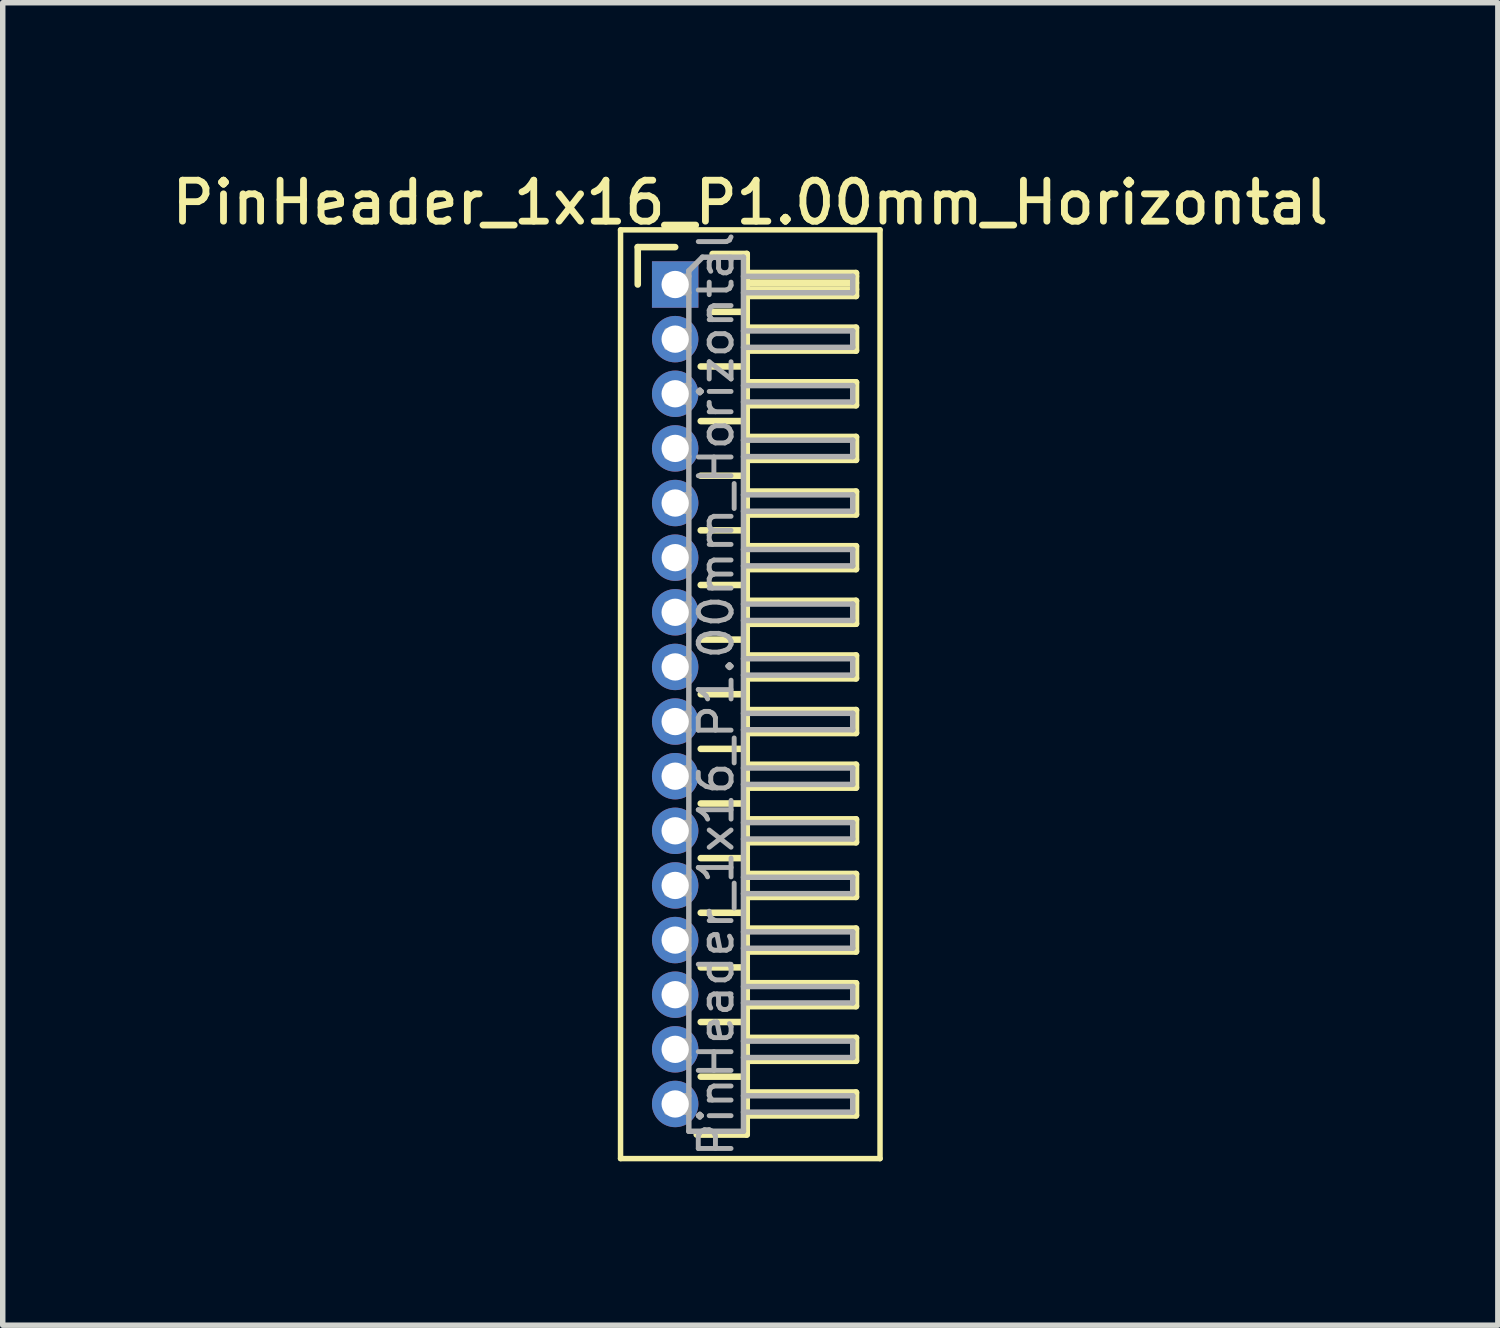
<source format=kicad_pcb>
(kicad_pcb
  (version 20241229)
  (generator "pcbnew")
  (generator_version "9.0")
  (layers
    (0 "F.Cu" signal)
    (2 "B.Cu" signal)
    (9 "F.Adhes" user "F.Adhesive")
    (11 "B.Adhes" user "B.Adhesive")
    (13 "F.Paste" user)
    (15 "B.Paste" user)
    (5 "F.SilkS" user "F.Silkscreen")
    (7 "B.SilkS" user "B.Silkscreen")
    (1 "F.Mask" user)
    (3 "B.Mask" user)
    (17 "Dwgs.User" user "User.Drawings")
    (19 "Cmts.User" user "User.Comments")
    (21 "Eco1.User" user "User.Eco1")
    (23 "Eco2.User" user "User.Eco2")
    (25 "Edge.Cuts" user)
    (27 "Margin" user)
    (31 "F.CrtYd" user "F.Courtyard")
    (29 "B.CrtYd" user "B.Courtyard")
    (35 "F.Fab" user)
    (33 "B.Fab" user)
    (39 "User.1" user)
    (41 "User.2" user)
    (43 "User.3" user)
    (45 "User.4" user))
  (footprint "PinHeader_1x16_P1.00mm_Horizontal"
    (layer "F.Cu")
    (at 9.309 2.158)
    (property "Reference" "PinHeader_1x16_P1.00mm_Horizontal" (at 1.375 -1.5 0) (layer "F.SilkS") (effects (font (size 0.75 0.75) (thickness 0.125))))
    (attr through_hole)
    (fp_line (start -1 -1) (end -1 16) (stroke (width 0.1) (type solid)) (layer "F.SilkS"))
    (fp_line (start -1 16) (end 3.75 16) (stroke (width 0.1) (type solid)) (layer "F.SilkS"))
    (fp_line (start -0.685 -0.685) (end 0 -0.685) (stroke (width 0.12) (type solid)) (layer "F.SilkS"))
    (fp_line (start -0.685 0) (end -0.685 -0.685) (stroke (width 0.12) (type solid)) (layer "F.SilkS"))
    (fp_line (start 0.468 1.5) (end 1.31 1.5) (stroke (width 0.12) (type solid)) (layer "F.SilkS"))
    (fp_line (start 0.468 2.5) (end 1.31 2.5) (stroke (width 0.12) (type solid)) (layer "F.SilkS"))
    (fp_line (start 0.468 3.5) (end 1.31 3.5) (stroke (width 0.12) (type solid)) (layer "F.SilkS"))
    (fp_line (start 0.468 4.5) (end 1.31 4.5) (stroke (width 0.12) (type solid)) (layer "F.SilkS"))
    (fp_line (start 0.468 5.5) (end 1.31 5.5) (stroke (width 0.12) (type solid)) (layer "F.SilkS"))
    (fp_line (start 0.468 6.5) (end 1.31 6.5) (stroke (width 0.12) (type solid)) (layer "F.SilkS"))
    (fp_line (start 0.468 7.5) (end 1.31 7.5) (stroke (width 0.12) (type solid)) (layer "F.SilkS"))
    (fp_line (start 0.468 8.5) (end 1.31 8.5) (stroke (width 0.12) (type solid)) (layer "F.SilkS"))
    (fp_line (start 0.468 9.5) (end 1.31 9.5) (stroke (width 0.12) (type solid)) (layer "F.SilkS"))
    (fp_line (start 0.468 10.5) (end 1.31 10.5) (stroke (width 0.12) (type solid)) (layer "F.SilkS"))
    (fp_line (start 0.468 11.5) (end 1.31 11.5) (stroke (width 0.12) (type solid)) (layer "F.SilkS"))
    (fp_line (start 0.468 12.5) (end 1.31 12.5) (stroke (width 0.12) (type solid)) (layer "F.SilkS"))
    (fp_line (start 0.468 13.5) (end 1.31 13.5) (stroke (width 0.12) (type solid)) (layer "F.SilkS"))
    (fp_line (start 0.468 14.5) (end 1.31 14.5) (stroke (width 0.12) (type solid)) (layer "F.SilkS"))
    (fp_line (start 0.685 -0.56) (end 1.31 -0.56) (stroke (width 0.12) (type solid)) (layer "F.SilkS"))
    (fp_line (start 0.685 0.5) (end 1.31 0.5) (stroke (width 0.12) (type solid)) (layer "F.SilkS"))
    (fp_line (start 1.31 -0.56) (end 1.31 15.56) (stroke (width 0.12) (type solid)) (layer "F.SilkS"))
    (fp_line (start 1.31 -0.21) (end 3.31 -0.21) (stroke (width 0.12) (type solid)) (layer "F.SilkS"))
    (fp_line (start 1.31 -0.15) (end 3.31 -0.15) (stroke (width 0.12) (type solid)) (layer "F.SilkS"))
    (fp_line (start 1.31 -0.03) (end 3.31 -0.03) (stroke (width 0.12) (type solid)) (layer "F.SilkS"))
    (fp_line (start 1.31 0.09) (end 3.31 0.09) (stroke (width 0.12) (type solid)) (layer "F.SilkS"))
    (fp_line (start 1.31 0.79) (end 3.31 0.79) (stroke (width 0.12) (type solid)) (layer "F.SilkS"))
    (fp_line (start 1.31 1.79) (end 3.31 1.79) (stroke (width 0.12) (type solid)) (layer "F.SilkS"))
    (fp_line (start 1.31 2.79) (end 3.31 2.79) (stroke (width 0.12) (type solid)) (layer "F.SilkS"))
    (fp_line (start 1.31 3.79) (end 3.31 3.79) (stroke (width 0.12) (type solid)) (layer "F.SilkS"))
    (fp_line (start 1.31 4.79) (end 3.31 4.79) (stroke (width 0.12) (type solid)) (layer "F.SilkS"))
    (fp_line (start 1.31 5.79) (end 3.31 5.79) (stroke (width 0.12) (type solid)) (layer "F.SilkS"))
    (fp_line (start 1.31 6.79) (end 3.31 6.79) (stroke (width 0.12) (type solid)) (layer "F.SilkS"))
    (fp_line (start 1.31 7.79) (end 3.31 7.79) (stroke (width 0.12) (type solid)) (layer "F.SilkS"))
    (fp_line (start 1.31 8.79) (end 3.31 8.79) (stroke (width 0.12) (type solid)) (layer "F.SilkS"))
    (fp_line (start 1.31 9.79) (end 3.31 9.79) (stroke (width 0.12) (type solid)) (layer "F.SilkS"))
    (fp_line (start 1.31 10.79) (end 3.31 10.79) (stroke (width 0.12) (type solid)) (layer "F.SilkS"))
    (fp_line (start 1.31 11.79) (end 3.31 11.79) (stroke (width 0.12) (type solid)) (layer "F.SilkS"))
    (fp_line (start 1.31 12.79) (end 3.31 12.79) (stroke (width 0.12) (type solid)) (layer "F.SilkS"))
    (fp_line (start 1.31 13.79) (end 3.31 13.79) (stroke (width 0.12) (type solid)) (layer "F.SilkS"))
    (fp_line (start 1.31 14.79) (end 3.31 14.79) (stroke (width 0.12) (type solid)) (layer "F.SilkS"))
    (fp_line (start 1.31 15.56) (end 0.394 15.56) (stroke (width 0.12) (type solid)) (layer "F.SilkS"))
    (fp_line (start 3.31 -0.21) (end 3.31 0.21) (stroke (width 0.12) (type solid)) (layer "F.SilkS"))
    (fp_line (start 3.31 0.21) (end 1.31 0.21) (stroke (width 0.12) (type solid)) (layer "F.SilkS"))
    (fp_line (start 3.31 0.79) (end 3.31 1.21) (stroke (width 0.12) (type solid)) (layer "F.SilkS"))
    (fp_line (start 3.31 1.21) (end 1.31 1.21) (stroke (width 0.12) (type solid)) (layer "F.SilkS"))
    (fp_line (start 3.31 1.79) (end 3.31 2.21) (stroke (width 0.12) (type solid)) (layer "F.SilkS"))
    (fp_line (start 3.31 2.21) (end 1.31 2.21) (stroke (width 0.12) (type solid)) (layer "F.SilkS"))
    (fp_line (start 3.31 2.79) (end 3.31 3.21) (stroke (width 0.12) (type solid)) (layer "F.SilkS"))
    (fp_line (start 3.31 3.21) (end 1.31 3.21) (stroke (width 0.12) (type solid)) (layer "F.SilkS"))
    (fp_line (start 3.31 3.79) (end 3.31 4.21) (stroke (width 0.12) (type solid)) (layer "F.SilkS"))
    (fp_line (start 3.31 4.21) (end 1.31 4.21) (stroke (width 0.12) (type solid)) (layer "F.SilkS"))
    (fp_line (start 3.31 4.79) (end 3.31 5.21) (stroke (width 0.12) (type solid)) (layer "F.SilkS"))
    (fp_line (start 3.31 5.21) (end 1.31 5.21) (stroke (width 0.12) (type solid)) (layer "F.SilkS"))
    (fp_line (start 3.31 5.79) (end 3.31 6.21) (stroke (width 0.12) (type solid)) (layer "F.SilkS"))
    (fp_line (start 3.31 6.21) (end 1.31 6.21) (stroke (width 0.12) (type solid)) (layer "F.SilkS"))
    (fp_line (start 3.31 6.79) (end 3.31 7.21) (stroke (width 0.12) (type solid)) (layer "F.SilkS"))
    (fp_line (start 3.31 7.21) (end 1.31 7.21) (stroke (width 0.12) (type solid)) (layer "F.SilkS"))
    (fp_line (start 3.31 7.79) (end 3.31 8.21) (stroke (width 0.12) (type solid)) (layer "F.SilkS"))
    (fp_line (start 3.31 8.21) (end 1.31 8.21) (stroke (width 0.12) (type solid)) (layer "F.SilkS"))
    (fp_line (start 3.31 8.79) (end 3.31 9.21) (stroke (width 0.12) (type solid)) (layer "F.SilkS"))
    (fp_line (start 3.31 9.21) (end 1.31 9.21) (stroke (width 0.12) (type solid)) (layer "F.SilkS"))
    (fp_line (start 3.31 9.79) (end 3.31 10.21) (stroke (width 0.12) (type solid)) (layer "F.SilkS"))
    (fp_line (start 3.31 10.21) (end 1.31 10.21) (stroke (width 0.12) (type solid)) (layer "F.SilkS"))
    (fp_line (start 3.31 10.79) (end 3.31 11.21) (stroke (width 0.12) (type solid)) (layer "F.SilkS"))
    (fp_line (start 3.31 11.21) (end 1.31 11.21) (stroke (width 0.12) (type solid)) (layer "F.SilkS"))
    (fp_line (start 3.31 11.79) (end 3.31 12.21) (stroke (width 0.12) (type solid)) (layer "F.SilkS"))
    (fp_line (start 3.31 12.21) (end 1.31 12.21) (stroke (width 0.12) (type solid)) (layer "F.SilkS"))
    (fp_line (start 3.31 12.79) (end 3.31 13.21) (stroke (width 0.12) (type solid)) (layer "F.SilkS"))
    (fp_line (start 3.31 13.21) (end 1.31 13.21) (stroke (width 0.12) (type solid)) (layer "F.SilkS"))
    (fp_line (start 3.31 13.79) (end 3.31 14.21) (stroke (width 0.12) (type solid)) (layer "F.SilkS"))
    (fp_line (start 3.31 14.21) (end 1.31 14.21) (stroke (width 0.12) (type solid)) (layer "F.SilkS"))
    (fp_line (start 3.31 14.79) (end 3.31 15.21) (stroke (width 0.12) (type solid)) (layer "F.SilkS"))
    (fp_line (start 3.31 15.21) (end 1.31 15.21) (stroke (width 0.12) (type solid)) (layer "F.SilkS"))
    (fp_line (start 3.75 -1) (end -1 -1) (stroke (width 0.1) (type solid)) (layer "F.SilkS"))
    (fp_line (start 3.75 16) (end 3.75 -1) (stroke (width 0.1) (type solid)) (layer "F.SilkS"))
    (fp_line (start -0.15 -0.15) (end -0.15 0.15) (stroke (width 0.1) (type solid)) (layer "F.Fab"))
    (fp_line (start -0.15 -0.15) (end 0.25 -0.15) (stroke (width 0.1) (type solid)) (layer "F.Fab"))
    (fp_line (start -0.15 0.15) (end 0.25 0.15) (stroke (width 0.1) (type solid)) (layer "F.Fab"))
    (fp_line (start -0.15 0.85) (end -0.15 1.15) (stroke (width 0.1) (type solid)) (layer "F.Fab"))
    (fp_line (start -0.15 0.85) (end 0.25 0.85) (stroke (width 0.1) (type solid)) (layer "F.Fab"))
    (fp_line (start -0.15 1.15) (end 0.25 1.15) (stroke (width 0.1) (type solid)) (layer "F.Fab"))
    (fp_line (start -0.15 1.85) (end -0.15 2.15) (stroke (width 0.1) (type solid)) (layer "F.Fab"))
    (fp_line (start -0.15 1.85) (end 0.25 1.85) (stroke (width 0.1) (type solid)) (layer "F.Fab"))
    (fp_line (start -0.15 2.15) (end 0.25 2.15) (stroke (width 0.1) (type solid)) (layer "F.Fab"))
    (fp_line (start -0.15 2.85) (end -0.15 3.15) (stroke (width 0.1) (type solid)) (layer "F.Fab"))
    (fp_line (start -0.15 2.85) (end 0.25 2.85) (stroke (width 0.1) (type solid)) (layer "F.Fab"))
    (fp_line (start -0.15 3.15) (end 0.25 3.15) (stroke (width 0.1) (type solid)) (layer "F.Fab"))
    (fp_line (start -0.15 3.85) (end -0.15 4.15) (stroke (width 0.1) (type solid)) (layer "F.Fab"))
    (fp_line (start -0.15 3.85) (end 0.25 3.85) (stroke (width 0.1) (type solid)) (layer "F.Fab"))
    (fp_line (start -0.15 4.15) (end 0.25 4.15) (stroke (width 0.1) (type solid)) (layer "F.Fab"))
    (fp_line (start -0.15 4.85) (end -0.15 5.15) (stroke (width 0.1) (type solid)) (layer "F.Fab"))
    (fp_line (start -0.15 4.85) (end 0.25 4.85) (stroke (width 0.1) (type solid)) (layer "F.Fab"))
    (fp_line (start -0.15 5.15) (end 0.25 5.15) (stroke (width 0.1) (type solid)) (layer "F.Fab"))
    (fp_line (start -0.15 5.85) (end -0.15 6.15) (stroke (width 0.1) (type solid)) (layer "F.Fab"))
    (fp_line (start -0.15 5.85) (end 0.25 5.85) (stroke (width 0.1) (type solid)) (layer "F.Fab"))
    (fp_line (start -0.15 6.15) (end 0.25 6.15) (stroke (width 0.1) (type solid)) (layer "F.Fab"))
    (fp_line (start -0.15 6.85) (end -0.15 7.15) (stroke (width 0.1) (type solid)) (layer "F.Fab"))
    (fp_line (start -0.15 6.85) (end 0.25 6.85) (stroke (width 0.1) (type solid)) (layer "F.Fab"))
    (fp_line (start -0.15 7.15) (end 0.25 7.15) (stroke (width 0.1) (type solid)) (layer "F.Fab"))
    (fp_line (start -0.15 7.85) (end -0.15 8.15) (stroke (width 0.1) (type solid)) (layer "F.Fab"))
    (fp_line (start -0.15 7.85) (end 0.25 7.85) (stroke (width 0.1) (type solid)) (layer "F.Fab"))
    (fp_line (start -0.15 8.15) (end 0.25 8.15) (stroke (width 0.1) (type solid)) (layer "F.Fab"))
    (fp_line (start -0.15 8.85) (end -0.15 9.15) (stroke (width 0.1) (type solid)) (layer "F.Fab"))
    (fp_line (start -0.15 8.85) (end 0.25 8.85) (stroke (width 0.1) (type solid)) (layer "F.Fab"))
    (fp_line (start -0.15 9.15) (end 0.25 9.15) (stroke (width 0.1) (type solid)) (layer "F.Fab"))
    (fp_line (start -0.15 9.85) (end -0.15 10.15) (stroke (width 0.1) (type solid)) (layer "F.Fab"))
    (fp_line (start -0.15 9.85) (end 0.25 9.85) (stroke (width 0.1) (type solid)) (layer "F.Fab"))
    (fp_line (start -0.15 10.15) (end 0.25 10.15) (stroke (width 0.1) (type solid)) (layer "F.Fab"))
    (fp_line (start -0.15 10.85) (end -0.15 11.15) (stroke (width 0.1) (type solid)) (layer "F.Fab"))
    (fp_line (start -0.15 10.85) (end 0.25 10.85) (stroke (width 0.1) (type solid)) (layer "F.Fab"))
    (fp_line (start -0.15 11.15) (end 0.25 11.15) (stroke (width 0.1) (type solid)) (layer "F.Fab"))
    (fp_line (start -0.15 11.85) (end -0.15 12.15) (stroke (width 0.1) (type solid)) (layer "F.Fab"))
    (fp_line (start -0.15 11.85) (end 0.25 11.85) (stroke (width 0.1) (type solid)) (layer "F.Fab"))
    (fp_line (start -0.15 12.15) (end 0.25 12.15) (stroke (width 0.1) (type solid)) (layer "F.Fab"))
    (fp_line (start -0.15 12.85) (end -0.15 13.15) (stroke (width 0.1) (type solid)) (layer "F.Fab"))
    (fp_line (start -0.15 12.85) (end 0.25 12.85) (stroke (width 0.1) (type solid)) (layer "F.Fab"))
    (fp_line (start -0.15 13.15) (end 0.25 13.15) (stroke (width 0.1) (type solid)) (layer "F.Fab"))
    (fp_line (start -0.15 13.85) (end -0.15 14.15) (stroke (width 0.1) (type solid)) (layer "F.Fab"))
    (fp_line (start -0.15 13.85) (end 0.25 13.85) (stroke (width 0.1) (type solid)) (layer "F.Fab"))
    (fp_line (start -0.15 14.15) (end 0.25 14.15) (stroke (width 0.1) (type solid)) (layer "F.Fab"))
    (fp_line (start -0.15 14.85) (end -0.15 15.15) (stroke (width 0.1) (type solid)) (layer "F.Fab"))
    (fp_line (start -0.15 14.85) (end 0.25 14.85) (stroke (width 0.1) (type solid)) (layer "F.Fab"))
    (fp_line (start -0.15 15.15) (end 0.25 15.15) (stroke (width 0.1) (type solid)) (layer "F.Fab"))
    (fp_line (start 0.25 -0.25) (end 0.5 -0.5) (stroke (width 0.1) (type solid)) (layer "F.Fab"))
    (fp_line (start 0.25 15.5) (end 0.25 -0.25) (stroke (width 0.1) (type solid)) (layer "F.Fab"))
    (fp_line (start 0.5 -0.5) (end 1.25 -0.5) (stroke (width 0.1) (type solid)) (layer "F.Fab"))
    (fp_line (start 1.25 -0.5) (end 1.25 15.5) (stroke (width 0.1) (type solid)) (layer "F.Fab"))
    (fp_line (start 1.25 -0.15) (end 3.25 -0.15) (stroke (width 0.1) (type solid)) (layer "F.Fab"))
    (fp_line (start 1.25 0.15) (end 3.25 0.15) (stroke (width 0.1) (type solid)) (layer "F.Fab"))
    (fp_line (start 1.25 0.85) (end 3.25 0.85) (stroke (width 0.1) (type solid)) (layer "F.Fab"))
    (fp_line (start 1.25 1.15) (end 3.25 1.15) (stroke (width 0.1) (type solid)) (layer "F.Fab"))
    (fp_line (start 1.25 1.85) (end 3.25 1.85) (stroke (width 0.1) (type solid)) (layer "F.Fab"))
    (fp_line (start 1.25 2.15) (end 3.25 2.15) (stroke (width 0.1) (type solid)) (layer "F.Fab"))
    (fp_line (start 1.25 2.85) (end 3.25 2.85) (stroke (width 0.1) (type solid)) (layer "F.Fab"))
    (fp_line (start 1.25 3.15) (end 3.25 3.15) (stroke (width 0.1) (type solid)) (layer "F.Fab"))
    (fp_line (start 1.25 3.85) (end 3.25 3.85) (stroke (width 0.1) (type solid)) (layer "F.Fab"))
    (fp_line (start 1.25 4.15) (end 3.25 4.15) (stroke (width 0.1) (type solid)) (layer "F.Fab"))
    (fp_line (start 1.25 4.85) (end 3.25 4.85) (stroke (width 0.1) (type solid)) (layer "F.Fab"))
    (fp_line (start 1.25 5.15) (end 3.25 5.15) (stroke (width 0.1) (type solid)) (layer "F.Fab"))
    (fp_line (start 1.25 5.85) (end 3.25 5.85) (stroke (width 0.1) (type solid)) (layer "F.Fab"))
    (fp_line (start 1.25 6.15) (end 3.25 6.15) (stroke (width 0.1) (type solid)) (layer "F.Fab"))
    (fp_line (start 1.25 6.85) (end 3.25 6.85) (stroke (width 0.1) (type solid)) (layer "F.Fab"))
    (fp_line (start 1.25 7.15) (end 3.25 7.15) (stroke (width 0.1) (type solid)) (layer "F.Fab"))
    (fp_line (start 1.25 7.85) (end 3.25 7.85) (stroke (width 0.1) (type solid)) (layer "F.Fab"))
    (fp_line (start 1.25 8.15) (end 3.25 8.15) (stroke (width 0.1) (type solid)) (layer "F.Fab"))
    (fp_line (start 1.25 8.85) (end 3.25 8.85) (stroke (width 0.1) (type solid)) (layer "F.Fab"))
    (fp_line (start 1.25 9.15) (end 3.25 9.15) (stroke (width 0.1) (type solid)) (layer "F.Fab"))
    (fp_line (start 1.25 9.85) (end 3.25 9.85) (stroke (width 0.1) (type solid)) (layer "F.Fab"))
    (fp_line (start 1.25 10.15) (end 3.25 10.15) (stroke (width 0.1) (type solid)) (layer "F.Fab"))
    (fp_line (start 1.25 10.85) (end 3.25 10.85) (stroke (width 0.1) (type solid)) (layer "F.Fab"))
    (fp_line (start 1.25 11.15) (end 3.25 11.15) (stroke (width 0.1) (type solid)) (layer "F.Fab"))
    (fp_line (start 1.25 11.85) (end 3.25 11.85) (stroke (width 0.1) (type solid)) (layer "F.Fab"))
    (fp_line (start 1.25 12.15) (end 3.25 12.15) (stroke (width 0.1) (type solid)) (layer "F.Fab"))
    (fp_line (start 1.25 12.85) (end 3.25 12.85) (stroke (width 0.1) (type solid)) (layer "F.Fab"))
    (fp_line (start 1.25 13.15) (end 3.25 13.15) (stroke (width 0.1) (type solid)) (layer "F.Fab"))
    (fp_line (start 1.25 13.85) (end 3.25 13.85) (stroke (width 0.1) (type solid)) (layer "F.Fab"))
    (fp_line (start 1.25 14.15) (end 3.25 14.15) (stroke (width 0.1) (type solid)) (layer "F.Fab"))
    (fp_line (start 1.25 14.85) (end 3.25 14.85) (stroke (width 0.1) (type solid)) (layer "F.Fab"))
    (fp_line (start 1.25 15.15) (end 3.25 15.15) (stroke (width 0.1) (type solid)) (layer "F.Fab"))
    (fp_line (start 1.25 15.5) (end 0.25 15.5) (stroke (width 0.1) (type solid)) (layer "F.Fab"))
    (fp_line (start 3.25 -0.15) (end 3.25 0.15) (stroke (width 0.1) (type solid)) (layer "F.Fab"))
    (fp_line (start 3.25 0.85) (end 3.25 1.15) (stroke (width 0.1) (type solid)) (layer "F.Fab"))
    (fp_line (start 3.25 1.85) (end 3.25 2.15) (stroke (width 0.1) (type solid)) (layer "F.Fab"))
    (fp_line (start 3.25 2.85) (end 3.25 3.15) (stroke (width 0.1) (type solid)) (layer "F.Fab"))
    (fp_line (start 3.25 3.85) (end 3.25 4.15) (stroke (width 0.1) (type solid)) (layer "F.Fab"))
    (fp_line (start 3.25 4.85) (end 3.25 5.15) (stroke (width 0.1) (type solid)) (layer "F.Fab"))
    (fp_line (start 3.25 5.85) (end 3.25 6.15) (stroke (width 0.1) (type solid)) (layer "F.Fab"))
    (fp_line (start 3.25 6.85) (end 3.25 7.15) (stroke (width 0.1) (type solid)) (layer "F.Fab"))
    (fp_line (start 3.25 7.85) (end 3.25 8.15) (stroke (width 0.1) (type solid)) (layer "F.Fab"))
    (fp_line (start 3.25 8.85) (end 3.25 9.15) (stroke (width 0.1) (type solid)) (layer "F.Fab"))
    (fp_line (start 3.25 9.85) (end 3.25 10.15) (stroke (width 0.1) (type solid)) (layer "F.Fab"))
    (fp_line (start 3.25 10.85) (end 3.25 11.15) (stroke (width 0.1) (type solid)) (layer "F.Fab"))
    (fp_line (start 3.25 11.85) (end 3.25 12.15) (stroke (width 0.1) (type solid)) (layer "F.Fab"))
    (fp_line (start 3.25 12.85) (end 3.25 13.15) (stroke (width 0.1) (type solid)) (layer "F.Fab"))
    (fp_line (start 3.25 13.85) (end 3.25 14.15) (stroke (width 0.1) (type solid)) (layer "F.Fab"))
    (fp_line (start 3.25 14.85) (end 3.25 15.15) (stroke (width 0.1) (type solid)) (layer "F.Fab"))
    (fp_text user "${REFERENCE}" (at 0.75 7.5 90) (layer "F.Fab") (effects (font (size 0.6 0.6) (thickness 0.09))))
    (pad "1" thru_hole rect (at 0 0) (size 0.85 0.85) (drill 0.5) (layers "*.Cu" "*.Mask"))
    (pad "2" thru_hole oval (at 0 1) (size 0.85 0.85) (drill 0.5) (layers "*.Cu" "*.Mask"))
    (pad "3" thru_hole oval (at 0 2) (size 0.85 0.85) (drill 0.5) (layers "*.Cu" "*.Mask"))
    (pad "4" thru_hole oval (at 0 3) (size 0.85 0.85) (drill 0.5) (layers "*.Cu" "*.Mask"))
    (pad "5" thru_hole oval (at 0 4) (size 0.85 0.85) (drill 0.5) (layers "*.Cu" "*.Mask"))
    (pad "6" thru_hole oval (at 0 5) (size 0.85 0.85) (drill 0.5) (layers "*.Cu" "*.Mask"))
    (pad "7" thru_hole oval (at 0 6) (size 0.85 0.85) (drill 0.5) (layers "*.Cu" "*.Mask"))
    (pad "8" thru_hole oval (at 0 7) (size 0.85 0.85) (drill 0.5) (layers "*.Cu" "*.Mask"))
    (pad "9" thru_hole oval (at 0 8) (size 0.85 0.85) (drill 0.5) (layers "*.Cu" "*.Mask"))
    (pad "10" thru_hole oval (at 0 9) (size 0.85 0.85) (drill 0.5) (layers "*.Cu" "*.Mask"))
    (pad "11" thru_hole oval (at 0 10) (size 0.85 0.85) (drill 0.5) (layers "*.Cu" "*.Mask"))
    (pad "12" thru_hole oval (at 0 11) (size 0.85 0.85) (drill 0.5) (layers "*.Cu" "*.Mask"))
    (pad "13" thru_hole oval (at 0 12) (size 0.85 0.85) (drill 0.5) (layers "*.Cu" "*.Mask"))
    (pad "14" thru_hole oval (at 0 13) (size 0.85 0.85) (drill 0.5) (layers "*.Cu" "*.Mask"))
    (pad "15" thru_hole oval (at 0 14) (size 0.85 0.85) (drill 0.5) (layers "*.Cu" "*.Mask"))
    (pad "16" thru_hole oval (at 0 15) (size 0.85 0.85) (drill 0.5) (layers "*.Cu" "*.Mask")))
  (gr_rect
    (start -3 -3)
    (end 24.368 21.208)
    (stroke (width 0.1) (type default))
    (fill no)
    (layer "Edge.Cuts")))
</source>
